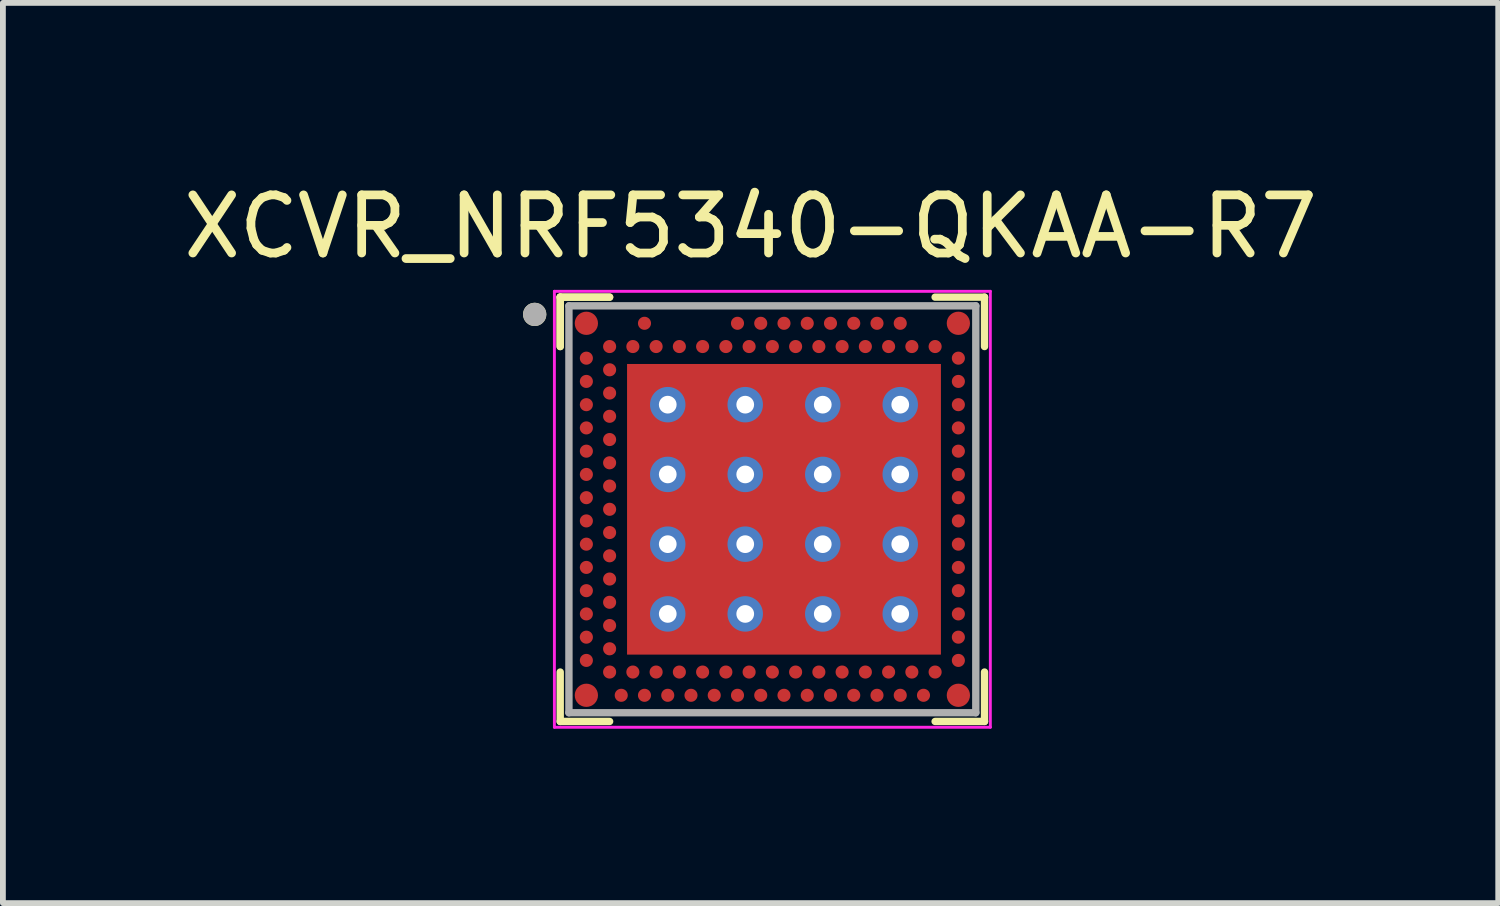
<source format=kicad_pcb>
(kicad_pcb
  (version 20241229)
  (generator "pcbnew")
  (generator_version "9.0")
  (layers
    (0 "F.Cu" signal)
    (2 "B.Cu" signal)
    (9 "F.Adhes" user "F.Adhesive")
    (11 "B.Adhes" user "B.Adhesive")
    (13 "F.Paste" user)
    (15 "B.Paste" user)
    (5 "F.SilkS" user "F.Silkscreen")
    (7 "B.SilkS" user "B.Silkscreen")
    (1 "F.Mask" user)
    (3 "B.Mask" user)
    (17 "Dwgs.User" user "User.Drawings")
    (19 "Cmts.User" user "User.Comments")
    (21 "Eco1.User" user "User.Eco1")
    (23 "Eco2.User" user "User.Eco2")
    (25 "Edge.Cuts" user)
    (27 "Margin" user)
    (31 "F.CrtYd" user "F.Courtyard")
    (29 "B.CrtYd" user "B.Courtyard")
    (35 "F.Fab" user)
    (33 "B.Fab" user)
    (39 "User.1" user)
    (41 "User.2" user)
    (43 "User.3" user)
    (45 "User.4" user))
  (footprint "XCVR_NRF5340-QKAA-R7"
    (layer "F.Cu")
    (at 10.238 5.712)
    (property "Reference" "XCVR_NRF5340-QKAA-R7" (at -0.375 -4.864 0) (layer "F.SilkS") (effects (font (size 1 1) (thickness 0.15))))
    (attr smd)
    (fp_line (start -3.65 -3.65) (end -3.65 -2.8) (stroke (width 0.127) (type solid)) (layer "F.SilkS"))
    (fp_line (start -3.65 -3.65) (end -3.65 -2.8) (stroke (width 0.127) (type solid)) (layer "F.SilkS"))
    (fp_line (start -3.65 2.8) (end -3.65 3.65) (stroke (width 0.127) (type solid)) (layer "F.SilkS"))
    (fp_line (start -3.65 3.65) (end -2.8 3.65) (stroke (width 0.127) (type solid)) (layer "F.SilkS"))
    (fp_line (start -2.8 -3.65) (end -3.65 -3.65) (stroke (width 0.127) (type solid)) (layer "F.SilkS"))
    (fp_line (start -2.8 -3.65) (end -3.65 -3.65) (stroke (width 0.127) (type solid)) (layer "F.SilkS"))
    (fp_line (start 2.8 3.65) (end 3.65 3.65) (stroke (width 0.127) (type solid)) (layer "F.SilkS"))
    (fp_line (start 3.65 -3.65) (end 2.8 -3.65) (stroke (width 0.127) (type solid)) (layer "F.SilkS"))
    (fp_line (start 3.65 -2.8) (end 3.65 -3.65) (stroke (width 0.127) (type solid)) (layer "F.SilkS"))
    (fp_line (start 3.65 3.65) (end 3.65 2.8) (stroke (width 0.127) (type solid)) (layer "F.SilkS"))
    (fp_circle (center -4.089 -3.353) (end -3.989 -3.353) (stroke (width 0.2) (type solid)) (fill no) (layer "F.SilkS"))
    (fp_circle (center -3.2 -3.2) (end -3.103 -3.2) (stroke (width 0.194) (type solid)) (fill no) (layer "F.Paste"))
    (fp_circle (center -3.2 -2.6) (end -3.147 -2.6) (stroke (width 0.106) (type solid)) (fill no) (layer "F.Paste"))
    (fp_circle (center -3.2 -2.2) (end -3.147 -2.2) (stroke (width 0.106) (type solid)) (fill no) (layer "F.Paste"))
    (fp_circle (center -3.2 -1.8) (end -3.147 -1.8) (stroke (width 0.106) (type solid)) (fill no) (layer "F.Paste"))
    (fp_circle (center -3.2 -1.4) (end -3.147 -1.4) (stroke (width 0.106) (type solid)) (fill no) (layer "F.Paste"))
    (fp_circle (center -3.2 -1) (end -3.147 -1) (stroke (width 0.106) (type solid)) (fill no) (layer "F.Paste"))
    (fp_circle (center -3.2 -0.6) (end -3.147 -0.6) (stroke (width 0.106) (type solid)) (fill no) (layer "F.Paste"))
    (fp_circle (center -3.2 -0.2) (end -3.147 -0.2) (stroke (width 0.106) (type solid)) (fill no) (layer "F.Paste"))
    (fp_circle (center -3.2 0.2) (end -3.147 0.2) (stroke (width 0.106) (type solid)) (fill no) (layer "F.Paste"))
    (fp_circle (center -3.2 0.6) (end -3.147 0.6) (stroke (width 0.106) (type solid)) (fill no) (layer "F.Paste"))
    (fp_circle (center -3.2 1) (end -3.147 1) (stroke (width 0.106) (type solid)) (fill no) (layer "F.Paste"))
    (fp_circle (center -3.2 1.4) (end -3.147 1.4) (stroke (width 0.106) (type solid)) (fill no) (layer "F.Paste"))
    (fp_circle (center -3.2 1.8) (end -3.147 1.8) (stroke (width 0.106) (type solid)) (fill no) (layer "F.Paste"))
    (fp_circle (center -3.2 2.2) (end -3.147 2.2) (stroke (width 0.106) (type solid)) (fill no) (layer "F.Paste"))
    (fp_circle (center -3.2 2.6) (end -3.147 2.6) (stroke (width 0.106) (type solid)) (fill no) (layer "F.Paste"))
    (fp_circle (center -3.2 3.2) (end -3.103 3.2) (stroke (width 0.194) (type solid)) (fill no) (layer "F.Paste"))
    (fp_circle (center -2.8 -2.8) (end -2.747 -2.8) (stroke (width 0.106) (type solid)) (fill no) (layer "F.Paste"))
    (fp_circle (center -2.8 -2.4) (end -2.747 -2.4) (stroke (width 0.106) (type solid)) (fill no) (layer "F.Paste"))
    (fp_circle (center -2.8 -2) (end -2.747 -2) (stroke (width 0.106) (type solid)) (fill no) (layer "F.Paste"))
    (fp_circle (center -2.8 -1.6) (end -2.747 -1.6) (stroke (width 0.106) (type solid)) (fill no) (layer "F.Paste"))
    (fp_circle (center -2.8 -1.2) (end -2.747 -1.2) (stroke (width 0.106) (type solid)) (fill no) (layer "F.Paste"))
    (fp_circle (center -2.8 -0.8) (end -2.747 -0.8) (stroke (width 0.106) (type solid)) (fill no) (layer "F.Paste"))
    (fp_circle (center -2.8 -0.4) (end -2.747 -0.4) (stroke (width 0.106) (type solid)) (fill no) (layer "F.Paste"))
    (fp_circle (center -2.8 0) (end -2.747 0) (stroke (width 0.106) (type solid)) (fill no) (layer "F.Paste"))
    (fp_circle (center -2.8 0.4) (end -2.747 0.4) (stroke (width 0.106) (type solid)) (fill no) (layer "F.Paste"))
    (fp_circle (center -2.8 0.8) (end -2.747 0.8) (stroke (width 0.106) (type solid)) (fill no) (layer "F.Paste"))
    (fp_circle (center -2.8 1.2) (end -2.747 1.2) (stroke (width 0.106) (type solid)) (fill no) (layer "F.Paste"))
    (fp_circle (center -2.8 1.6) (end -2.747 1.6) (stroke (width 0.106) (type solid)) (fill no) (layer "F.Paste"))
    (fp_circle (center -2.8 2) (end -2.747 2) (stroke (width 0.106) (type solid)) (fill no) (layer "F.Paste"))
    (fp_circle (center -2.8 2.4) (end -2.747 2.4) (stroke (width 0.106) (type solid)) (fill no) (layer "F.Paste"))
    (fp_circle (center -2.8 2.8) (end -2.747 2.8) (stroke (width 0.106) (type solid)) (fill no) (layer "F.Paste"))
    (fp_circle (center -2.6 3.2) (end -2.547 3.2) (stroke (width 0.106) (type solid)) (fill no) (layer "F.Paste"))
    (fp_circle (center -2.4 -2.8) (end -2.347 -2.8) (stroke (width 0.106) (type solid)) (fill no) (layer "F.Paste"))
    (fp_circle (center -2.4 2.8) (end -2.347 2.8) (stroke (width 0.106) (type solid)) (fill no) (layer "F.Paste"))
    (fp_circle (center -2.2 -3.2) (end -2.147 -3.2) (stroke (width 0.106) (type solid)) (fill no) (layer "F.Paste"))
    (fp_circle (center -2.2 3.2) (end -2.147 3.2) (stroke (width 0.106) (type solid)) (fill no) (layer "F.Paste"))
    (fp_circle (center -2 -2.8) (end -1.947 -2.8) (stroke (width 0.106) (type solid)) (fill no) (layer "F.Paste"))
    (fp_circle (center -2 2.8) (end -1.947 2.8) (stroke (width 0.106) (type solid)) (fill no) (layer "F.Paste"))
    (fp_circle (center -1.8 3.2) (end -1.747 3.2) (stroke (width 0.106) (type solid)) (fill no) (layer "F.Paste"))
    (fp_circle (center -1.6 -2.8) (end -1.547 -2.8) (stroke (width 0.106) (type solid)) (fill no) (layer "F.Paste"))
    (fp_circle (center -1.6 2.8) (end -1.547 2.8) (stroke (width 0.106) (type solid)) (fill no) (layer "F.Paste"))
    (fp_circle (center -1.4 3.2) (end -1.347 3.2) (stroke (width 0.106) (type solid)) (fill no) (layer "F.Paste"))
    (fp_circle (center -1.2 -2.8) (end -1.147 -2.8) (stroke (width 0.106) (type solid)) (fill no) (layer "F.Paste"))
    (fp_circle (center -1.2 2.8) (end -1.147 2.8) (stroke (width 0.106) (type solid)) (fill no) (layer "F.Paste"))
    (fp_circle (center -1 3.2) (end -0.947 3.2) (stroke (width 0.106) (type solid)) (fill no) (layer "F.Paste"))
    (fp_circle (center -0.8 -2.8) (end -0.747 -2.8) (stroke (width 0.106) (type solid)) (fill no) (layer "F.Paste"))
    (fp_circle (center -0.8 2.8) (end -0.747 2.8) (stroke (width 0.106) (type solid)) (fill no) (layer "F.Paste"))
    (fp_circle (center -0.6 -3.2) (end -0.547 -3.2) (stroke (width 0.106) (type solid)) (fill no) (layer "F.Paste"))
    (fp_circle (center -0.6 3.2) (end -0.547 3.2) (stroke (width 0.106) (type solid)) (fill no) (layer "F.Paste"))
    (fp_circle (center -0.4 -2.8) (end -0.347 -2.8) (stroke (width 0.106) (type solid)) (fill no) (layer "F.Paste"))
    (fp_circle (center -0.4 2.8) (end -0.347 2.8) (stroke (width 0.106) (type solid)) (fill no) (layer "F.Paste"))
    (fp_circle (center -0.2 -3.2) (end -0.147 -3.2) (stroke (width 0.106) (type solid)) (fill no) (layer "F.Paste"))
    (fp_circle (center -0.2 3.2) (end -0.147 3.2) (stroke (width 0.106) (type solid)) (fill no) (layer "F.Paste"))
    (fp_circle (center 0 -2.8) (end 0.053 -2.8) (stroke (width 0.106) (type solid)) (fill no) (layer "F.Paste"))
    (fp_circle (center 0 2.8) (end 0.053 2.8) (stroke (width 0.106) (type solid)) (fill no) (layer "F.Paste"))
    (fp_circle (center 0.2 -3.2) (end 0.253 -3.2) (stroke (width 0.106) (type solid)) (fill no) (layer "F.Paste"))
    (fp_circle (center 0.2 3.2) (end 0.253 3.2) (stroke (width 0.106) (type solid)) (fill no) (layer "F.Paste"))
    (fp_circle (center 0.4 -2.8) (end 0.453 -2.8) (stroke (width 0.106) (type solid)) (fill no) (layer "F.Paste"))
    (fp_circle (center 0.4 2.8) (end 0.453 2.8) (stroke (width 0.106) (type solid)) (fill no) (layer "F.Paste"))
    (fp_circle (center 0.6 -3.2) (end 0.653 -3.2) (stroke (width 0.106) (type solid)) (fill no) (layer "F.Paste"))
    (fp_circle (center 0.6 3.2) (end 0.653 3.2) (stroke (width 0.106) (type solid)) (fill no) (layer "F.Paste"))
    (fp_circle (center 0.8 -2.8) (end 0.853 -2.8) (stroke (width 0.106) (type solid)) (fill no) (layer "F.Paste"))
    (fp_circle (center 0.8 2.8) (end 0.853 2.8) (stroke (width 0.106) (type solid)) (fill no) (layer "F.Paste"))
    (fp_circle (center 1 -3.2) (end 1.053 -3.2) (stroke (width 0.106) (type solid)) (fill no) (layer "F.Paste"))
    (fp_circle (center 1 3.2) (end 1.053 3.2) (stroke (width 0.106) (type solid)) (fill no) (layer "F.Paste"))
    (fp_circle (center 1.2 -2.8) (end 1.253 -2.8) (stroke (width 0.106) (type solid)) (fill no) (layer "F.Paste"))
    (fp_circle (center 1.2 2.8) (end 1.253 2.8) (stroke (width 0.106) (type solid)) (fill no) (layer "F.Paste"))
    (fp_circle (center 1.4 -3.2) (end 1.453 -3.2) (stroke (width 0.106) (type solid)) (fill no) (layer "F.Paste"))
    (fp_circle (center 1.4 3.2) (end 1.453 3.2) (stroke (width 0.106) (type solid)) (fill no) (layer "F.Paste"))
    (fp_circle (center 1.6 -2.8) (end 1.653 -2.8) (stroke (width 0.106) (type solid)) (fill no) (layer "F.Paste"))
    (fp_circle (center 1.6 2.8) (end 1.653 2.8) (stroke (width 0.106) (type solid)) (fill no) (layer "F.Paste"))
    (fp_circle (center 1.8 -3.2) (end 1.853 -3.2) (stroke (width 0.106) (type solid)) (fill no) (layer "F.Paste"))
    (fp_circle (center 1.8 3.2) (end 1.853 3.2) (stroke (width 0.106) (type solid)) (fill no) (layer "F.Paste"))
    (fp_circle (center 2 -2.8) (end 2.053 -2.8) (stroke (width 0.106) (type solid)) (fill no) (layer "F.Paste"))
    (fp_circle (center 2 2.8) (end 2.053 2.8) (stroke (width 0.106) (type solid)) (fill no) (layer "F.Paste"))
    (fp_circle (center 2.2 -3.2) (end 2.253 -3.2) (stroke (width 0.106) (type solid)) (fill no) (layer "F.Paste"))
    (fp_circle (center 2.2 3.2) (end 2.253 3.2) (stroke (width 0.106) (type solid)) (fill no) (layer "F.Paste"))
    (fp_circle (center 2.4 -2.8) (end 2.453 -2.8) (stroke (width 0.106) (type solid)) (fill no) (layer "F.Paste"))
    (fp_circle (center 2.4 2.8) (end 2.453 2.8) (stroke (width 0.106) (type solid)) (fill no) (layer "F.Paste"))
    (fp_circle (center 2.6 3.2) (end 2.653 3.2) (stroke (width 0.106) (type solid)) (fill no) (layer "F.Paste"))
    (fp_circle (center 2.8 -2.8) (end 2.853 -2.8) (stroke (width 0.106) (type solid)) (fill no) (layer "F.Paste"))
    (fp_circle (center 2.8 2.8) (end 2.853 2.8) (stroke (width 0.106) (type solid)) (fill no) (layer "F.Paste"))
    (fp_circle (center 3.2 -3.2) (end 3.297 -3.2) (stroke (width 0.194) (type solid)) (fill no) (layer "F.Paste"))
    (fp_circle (center 3.2 -2.6) (end 3.253 -2.6) (stroke (width 0.106) (type solid)) (fill no) (layer "F.Paste"))
    (fp_circle (center 3.2 -2.2) (end 3.253 -2.2) (stroke (width 0.106) (type solid)) (fill no) (layer "F.Paste"))
    (fp_circle (center 3.2 -1.8) (end 3.253 -1.8) (stroke (width 0.106) (type solid)) (fill no) (layer "F.Paste"))
    (fp_circle (center 3.2 -1.4) (end 3.253 -1.4) (stroke (width 0.106) (type solid)) (fill no) (layer "F.Paste"))
    (fp_circle (center 3.2 -1) (end 3.253 -1) (stroke (width 0.106) (type solid)) (fill no) (layer "F.Paste"))
    (fp_circle (center 3.2 -0.6) (end 3.253 -0.6) (stroke (width 0.106) (type solid)) (fill no) (layer "F.Paste"))
    (fp_circle (center 3.2 -0.2) (end 3.253 -0.2) (stroke (width 0.106) (type solid)) (fill no) (layer "F.Paste"))
    (fp_circle (center 3.2 0.2) (end 3.253 0.2) (stroke (width 0.106) (type solid)) (fill no) (layer "F.Paste"))
    (fp_circle (center 3.2 0.6) (end 3.253 0.6) (stroke (width 0.106) (type solid)) (fill no) (layer "F.Paste"))
    (fp_circle (center 3.2 1) (end 3.253 1) (stroke (width 0.106) (type solid)) (fill no) (layer "F.Paste"))
    (fp_circle (center 3.2 1.4) (end 3.253 1.4) (stroke (width 0.106) (type solid)) (fill no) (layer "F.Paste"))
    (fp_circle (center 3.2 1.8) (end 3.253 1.8) (stroke (width 0.106) (type solid)) (fill no) (layer "F.Paste"))
    (fp_circle (center 3.2 2.2) (end 3.253 2.2) (stroke (width 0.106) (type solid)) (fill no) (layer "F.Paste"))
    (fp_circle (center 3.2 2.6) (end 3.253 2.6) (stroke (width 0.106) (type solid)) (fill no) (layer "F.Paste"))
    (fp_circle (center 3.2 3.2) (end 3.297 3.2) (stroke (width 0.194) (type solid)) (fill no) (layer "F.Paste"))
    (fp_poly (pts (xy -2.3 -2.06) (xy -2.299 -2.072) (xy -2.298 -2.085) (xy -2.296 -2.098) (xy -2.294 -2.11) (xy -2.291 -2.123) (xy -2.287 -2.135) (xy -2.282 -2.147) (xy -2.277 -2.159) (xy -2.271 -2.17) (xy -2.265 -2.181) (xy -2.258 -2.192) (xy -2.251 -2.202) (xy -2.243 -2.213) (xy -2.234 -2.222) (xy -2.225 -2.231) (xy -2.216 -2.24) (xy -2.206 -2.248) (xy -2.196 -2.256) (xy -2.185 -2.263) (xy -2.174 -2.269) (xy -2.162 -2.275) (xy -2.151 -2.281) (xy -2.139 -2.285) (xy -2.127 -2.289) (xy -2.114 -2.293) (xy -2.102 -2.296) (xy -2.089 -2.298) (xy -2.076 -2.299) (xy -2.064 -2.3) (xy -2.05 -2.3) (xy -1.45 -2.3) (xy -1.436 -2.3) (xy -1.424 -2.299) (xy -1.411 -2.298) (xy -1.398 -2.296) (xy -1.386 -2.293) (xy -1.373 -2.289) (xy -1.361 -2.285) (xy -1.349 -2.281) (xy -1.338 -2.275) (xy -1.326 -2.269) (xy -1.315 -2.263) (xy -1.304 -2.256) (xy -1.294 -2.248) (xy -1.284 -2.24) (xy -1.275 -2.231) (xy -1.266 -2.222) (xy -1.257 -2.213) (xy -1.249 -2.202) (xy -1.242 -2.192) (xy -1.235 -2.181) (xy -1.229 -2.17) (xy -1.223 -2.159) (xy -1.218 -2.147) (xy -1.213 -2.135) (xy -1.209 -2.123) (xy -1.206 -2.11) (xy -1.204 -2.098) (xy -1.202 -2.085) (xy -1.201 -2.072) (xy -1.2 -2.06) (xy -1.2 -1.54) (xy -1.201 -1.528) (xy -1.202 -1.515) (xy -1.204 -1.502) (xy -1.206 -1.49) (xy -1.209 -1.477) (xy -1.213 -1.465) (xy -1.218 -1.453) (xy -1.223 -1.441) (xy -1.229 -1.43) (xy -1.235 -1.419) (xy -1.242 -1.408) (xy -1.249 -1.398) (xy -1.257 -1.387) (xy -1.266 -1.378) (xy -1.275 -1.369) (xy -1.284 -1.36) (xy -1.294 -1.352) (xy -1.304 -1.344) (xy -1.315 -1.337) (xy -1.326 -1.331) (xy -1.338 -1.325) (xy -1.349 -1.319) (xy -1.361 -1.315) (xy -1.373 -1.311) (xy -1.386 -1.307) (xy -1.398 -1.304) (xy -1.411 -1.302) (xy -1.424 -1.301) (xy -1.436 -1.3) (xy -1.45 -1.3) (xy -2.05 -1.3) (xy -2.064 -1.3) (xy -2.076 -1.301) (xy -2.089 -1.302) (xy -2.102 -1.304) (xy -2.114 -1.307) (xy -2.127 -1.311) (xy -2.139 -1.315) (xy -2.151 -1.319) (xy -2.162 -1.325) (xy -2.174 -1.331) (xy -2.185 -1.337) (xy -2.196 -1.344) (xy -2.206 -1.352) (xy -2.216 -1.36) (xy -2.225 -1.369) (xy -2.234 -1.378) (xy -2.243 -1.387) (xy -2.251 -1.398) (xy -2.258 -1.408) (xy -2.265 -1.419) (xy -2.271 -1.43) (xy -2.277 -1.441) (xy -2.282 -1.453) (xy -2.287 -1.465) (xy -2.291 -1.477) (xy -2.294 -1.49) (xy -2.296 -1.502) (xy -2.298 -1.515) (xy -2.299 -1.528) (xy -2.3 -1.54) (xy -2.3 -2.06)) (stroke (width 0.01) (type solid)) (fill yes) (layer "F.Paste"))
    (fp_poly (pts (xy -2.3 -0.86) (xy -2.299 -0.872) (xy -2.298 -0.885) (xy -2.296 -0.898) (xy -2.294 -0.91) (xy -2.291 -0.923) (xy -2.287 -0.935) (xy -2.282 -0.947) (xy -2.277 -0.959) (xy -2.271 -0.97) (xy -2.265 -0.981) (xy -2.258 -0.992) (xy -2.251 -1.002) (xy -2.243 -1.013) (xy -2.234 -1.022) (xy -2.225 -1.031) (xy -2.216 -1.04) (xy -2.206 -1.048) (xy -2.196 -1.056) (xy -2.185 -1.063) (xy -2.174 -1.069) (xy -2.162 -1.075) (xy -2.151 -1.081) (xy -2.139 -1.085) (xy -2.127 -1.089) (xy -2.114 -1.093) (xy -2.102 -1.096) (xy -2.089 -1.098) (xy -2.076 -1.099) (xy -2.064 -1.1) (xy -2.05 -1.1) (xy -1.45 -1.1) (xy -1.436 -1.1) (xy -1.424 -1.099) (xy -1.411 -1.098) (xy -1.398 -1.096) (xy -1.386 -1.093) (xy -1.373 -1.089) (xy -1.361 -1.085) (xy -1.349 -1.081) (xy -1.338 -1.075) (xy -1.326 -1.069) (xy -1.315 -1.063) (xy -1.304 -1.056) (xy -1.294 -1.048) (xy -1.284 -1.04) (xy -1.275 -1.031) (xy -1.266 -1.022) (xy -1.257 -1.013) (xy -1.249 -1.002) (xy -1.242 -0.992) (xy -1.235 -0.981) (xy -1.229 -0.97) (xy -1.223 -0.959) (xy -1.218 -0.947) (xy -1.213 -0.935) (xy -1.209 -0.923) (xy -1.206 -0.91) (xy -1.204 -0.898) (xy -1.202 -0.885) (xy -1.201 -0.872) (xy -1.2 -0.86) (xy -1.2 -0.34) (xy -1.201 -0.328) (xy -1.202 -0.315) (xy -1.204 -0.302) (xy -1.206 -0.29) (xy -1.209 -0.277) (xy -1.213 -0.265) (xy -1.218 -0.253) (xy -1.223 -0.241) (xy -1.229 -0.23) (xy -1.235 -0.219) (xy -1.242 -0.208) (xy -1.249 -0.198) (xy -1.257 -0.187) (xy -1.266 -0.178) (xy -1.275 -0.169) (xy -1.284 -0.16) (xy -1.294 -0.152) (xy -1.304 -0.144) (xy -1.315 -0.137) (xy -1.326 -0.131) (xy -1.338 -0.125) (xy -1.349 -0.119) (xy -1.361 -0.115) (xy -1.373 -0.111) (xy -1.386 -0.107) (xy -1.398 -0.104) (xy -1.411 -0.102) (xy -1.424 -0.101) (xy -1.436 -0.1) (xy -1.45 -0.1) (xy -2.05 -0.1) (xy -2.064 -0.1) (xy -2.076 -0.101) (xy -2.089 -0.102) (xy -2.102 -0.104) (xy -2.114 -0.107) (xy -2.127 -0.111) (xy -2.139 -0.115) (xy -2.151 -0.119) (xy -2.162 -0.125) (xy -2.174 -0.131) (xy -2.185 -0.137) (xy -2.196 -0.144) (xy -2.206 -0.152) (xy -2.216 -0.16) (xy -2.225 -0.169) (xy -2.234 -0.178) (xy -2.243 -0.187) (xy -2.251 -0.198) (xy -2.258 -0.208) (xy -2.265 -0.219) (xy -2.271 -0.23) (xy -2.277 -0.241) (xy -2.282 -0.253) (xy -2.287 -0.265) (xy -2.291 -0.277) (xy -2.294 -0.29) (xy -2.296 -0.302) (xy -2.298 -0.315) (xy -2.299 -0.328) (xy -2.3 -0.34) (xy -2.3 -0.86)) (stroke (width 0.01) (type solid)) (fill yes) (layer "F.Paste"))
    (fp_poly (pts (xy -2.3 0.34) (xy -2.299 0.328) (xy -2.298 0.315) (xy -2.296 0.302) (xy -2.294 0.29) (xy -2.291 0.277) (xy -2.287 0.265) (xy -2.282 0.253) (xy -2.277 0.241) (xy -2.271 0.23) (xy -2.265 0.219) (xy -2.258 0.208) (xy -2.251 0.198) (xy -2.243 0.187) (xy -2.234 0.178) (xy -2.225 0.169) (xy -2.216 0.16) (xy -2.206 0.152) (xy -2.196 0.144) (xy -2.185 0.137) (xy -2.174 0.131) (xy -2.162 0.125) (xy -2.151 0.119) (xy -2.139 0.115) (xy -2.127 0.111) (xy -2.114 0.107) (xy -2.102 0.104) (xy -2.089 0.102) (xy -2.076 0.101) (xy -2.064 0.1) (xy -2.05 0.1) (xy -1.45 0.1) (xy -1.436 0.1) (xy -1.424 0.101) (xy -1.411 0.102) (xy -1.398 0.104) (xy -1.386 0.107) (xy -1.373 0.111) (xy -1.361 0.115) (xy -1.349 0.119) (xy -1.338 0.125) (xy -1.326 0.131) (xy -1.315 0.137) (xy -1.304 0.144) (xy -1.294 0.152) (xy -1.284 0.16) (xy -1.275 0.169) (xy -1.266 0.178) (xy -1.257 0.187) (xy -1.249 0.198) (xy -1.242 0.208) (xy -1.235 0.219) (xy -1.229 0.23) (xy -1.223 0.241) (xy -1.218 0.253) (xy -1.213 0.265) (xy -1.209 0.277) (xy -1.206 0.29) (xy -1.204 0.302) (xy -1.202 0.315) (xy -1.201 0.328) (xy -1.2 0.34) (xy -1.2 0.86) (xy -1.201 0.872) (xy -1.202 0.885) (xy -1.204 0.898) (xy -1.206 0.91) (xy -1.209 0.923) (xy -1.213 0.935) (xy -1.218 0.947) (xy -1.223 0.959) (xy -1.229 0.97) (xy -1.235 0.981) (xy -1.242 0.992) (xy -1.249 1.002) (xy -1.257 1.013) (xy -1.266 1.022) (xy -1.275 1.031) (xy -1.284 1.04) (xy -1.294 1.048) (xy -1.304 1.056) (xy -1.315 1.063) (xy -1.326 1.069) (xy -1.338 1.075) (xy -1.349 1.081) (xy -1.361 1.085) (xy -1.373 1.089) (xy -1.386 1.093) (xy -1.398 1.096) (xy -1.411 1.098) (xy -1.424 1.099) (xy -1.436 1.1) (xy -1.45 1.1) (xy -2.05 1.1) (xy -2.064 1.1) (xy -2.076 1.099) (xy -2.089 1.098) (xy -2.102 1.096) (xy -2.114 1.093) (xy -2.127 1.089) (xy -2.139 1.085) (xy -2.151 1.081) (xy -2.162 1.075) (xy -2.174 1.069) (xy -2.185 1.063) (xy -2.196 1.056) (xy -2.206 1.048) (xy -2.216 1.04) (xy -2.225 1.031) (xy -2.234 1.022) (xy -2.243 1.013) (xy -2.251 1.002) (xy -2.258 0.992) (xy -2.265 0.981) (xy -2.271 0.97) (xy -2.277 0.959) (xy -2.282 0.947) (xy -2.287 0.935) (xy -2.291 0.923) (xy -2.294 0.91) (xy -2.296 0.898) (xy -2.298 0.885) (xy -2.299 0.872) (xy -2.3 0.86) (xy -2.3 0.34)) (stroke (width 0.01) (type solid)) (fill yes) (layer "F.Paste"))
    (fp_poly (pts (xy -2.3 1.54) (xy -2.299 1.528) (xy -2.298 1.515) (xy -2.296 1.502) (xy -2.294 1.49) (xy -2.291 1.477) (xy -2.287 1.465) (xy -2.282 1.453) (xy -2.277 1.441) (xy -2.271 1.43) (xy -2.265 1.419) (xy -2.258 1.408) (xy -2.251 1.398) (xy -2.243 1.387) (xy -2.234 1.378) (xy -2.225 1.369) (xy -2.216 1.36) (xy -2.206 1.352) (xy -2.196 1.344) (xy -2.185 1.337) (xy -2.174 1.331) (xy -2.162 1.325) (xy -2.151 1.319) (xy -2.139 1.315) (xy -2.127 1.311) (xy -2.114 1.307) (xy -2.102 1.304) (xy -2.089 1.302) (xy -2.076 1.301) (xy -2.064 1.3) (xy -2.05 1.3) (xy -1.45 1.3) (xy -1.436 1.3) (xy -1.424 1.301) (xy -1.411 1.302) (xy -1.398 1.304) (xy -1.386 1.307) (xy -1.373 1.311) (xy -1.361 1.315) (xy -1.349 1.319) (xy -1.338 1.325) (xy -1.326 1.331) (xy -1.315 1.337) (xy -1.304 1.344) (xy -1.294 1.352) (xy -1.284 1.36) (xy -1.275 1.369) (xy -1.266 1.378) (xy -1.257 1.387) (xy -1.249 1.398) (xy -1.242 1.408) (xy -1.235 1.419) (xy -1.229 1.43) (xy -1.223 1.441) (xy -1.218 1.453) (xy -1.213 1.465) (xy -1.209 1.477) (xy -1.206 1.49) (xy -1.204 1.502) (xy -1.202 1.515) (xy -1.201 1.528) (xy -1.2 1.54) (xy -1.2 2.06) (xy -1.201 2.072) (xy -1.202 2.085) (xy -1.204 2.098) (xy -1.206 2.11) (xy -1.209 2.123) (xy -1.213 2.135) (xy -1.218 2.147) (xy -1.223 2.159) (xy -1.229 2.17) (xy -1.235 2.181) (xy -1.242 2.192) (xy -1.249 2.202) (xy -1.257 2.213) (xy -1.266 2.222) (xy -1.275 2.231) (xy -1.284 2.24) (xy -1.294 2.248) (xy -1.304 2.256) (xy -1.315 2.263) (xy -1.326 2.269) (xy -1.338 2.275) (xy -1.349 2.281) (xy -1.361 2.285) (xy -1.373 2.289) (xy -1.386 2.293) (xy -1.398 2.296) (xy -1.411 2.298) (xy -1.424 2.299) (xy -1.436 2.3) (xy -1.45 2.3) (xy -2.05 2.3) (xy -2.064 2.3) (xy -2.076 2.299) (xy -2.089 2.298) (xy -2.102 2.296) (xy -2.114 2.293) (xy -2.127 2.289) (xy -2.139 2.285) (xy -2.151 2.281) (xy -2.162 2.275) (xy -2.174 2.269) (xy -2.185 2.263) (xy -2.196 2.256) (xy -2.206 2.248) (xy -2.216 2.24) (xy -2.225 2.231) (xy -2.234 2.222) (xy -2.243 2.213) (xy -2.251 2.202) (xy -2.258 2.192) (xy -2.265 2.181) (xy -2.271 2.17) (xy -2.277 2.159) (xy -2.282 2.147) (xy -2.287 2.135) (xy -2.291 2.123) (xy -2.294 2.11) (xy -2.296 2.098) (xy -2.298 2.085) (xy -2.299 2.072) (xy -2.3 2.06) (xy -2.3 1.54)) (stroke (width 0.01) (type solid)) (fill yes) (layer "F.Paste"))
    (fp_poly (pts (xy -1 -2.06) (xy -0.999 -2.072) (xy -0.998 -2.085) (xy -0.996 -2.098) (xy -0.994 -2.11) (xy -0.991 -2.123) (xy -0.987 -2.135) (xy -0.982 -2.147) (xy -0.977 -2.159) (xy -0.971 -2.17) (xy -0.965 -2.181) (xy -0.958 -2.192) (xy -0.951 -2.202) (xy -0.943 -2.213) (xy -0.934 -2.222) (xy -0.925 -2.231) (xy -0.916 -2.24) (xy -0.906 -2.248) (xy -0.896 -2.256) (xy -0.885 -2.263) (xy -0.874 -2.269) (xy -0.862 -2.275) (xy -0.851 -2.281) (xy -0.839 -2.285) (xy -0.827 -2.289) (xy -0.814 -2.293) (xy -0.802 -2.296) (xy -0.789 -2.298) (xy -0.776 -2.299) (xy -0.764 -2.3) (xy -0.75 -2.3) (xy -0.15 -2.3) (xy -0.136 -2.3) (xy -0.124 -2.299) (xy -0.111 -2.298) (xy -0.098 -2.296) (xy -0.086 -2.293) (xy -0.073 -2.289) (xy -0.061 -2.285) (xy -0.049 -2.281) (xy -0.038 -2.275) (xy -0.026 -2.269) (xy -0.015 -2.263) (xy -0.004 -2.256) (xy 0.006 -2.248) (xy 0.016 -2.24) (xy 0.025 -2.231) (xy 0.034 -2.222) (xy 0.043 -2.213) (xy 0.051 -2.202) (xy 0.058 -2.192) (xy 0.065 -2.181) (xy 0.071 -2.17) (xy 0.077 -2.159) (xy 0.082 -2.147) (xy 0.087 -2.135) (xy 0.091 -2.123) (xy 0.094 -2.11) (xy 0.096 -2.098) (xy 0.098 -2.085) (xy 0.099 -2.072) (xy 0.1 -2.06) (xy 0.1 -1.54) (xy 0.099 -1.528) (xy 0.098 -1.515) (xy 0.096 -1.502) (xy 0.094 -1.49) (xy 0.091 -1.477) (xy 0.087 -1.465) (xy 0.082 -1.453) (xy 0.077 -1.441) (xy 0.071 -1.43) (xy 0.065 -1.419) (xy 0.058 -1.408) (xy 0.051 -1.398) (xy 0.043 -1.387) (xy 0.034 -1.378) (xy 0.025 -1.369) (xy 0.016 -1.36) (xy 0.006 -1.352) (xy -0.004 -1.344) (xy -0.015 -1.337) (xy -0.026 -1.331) (xy -0.038 -1.325) (xy -0.049 -1.319) (xy -0.061 -1.315) (xy -0.073 -1.311) (xy -0.086 -1.307) (xy -0.098 -1.304) (xy -0.111 -1.302) (xy -0.124 -1.301) (xy -0.136 -1.3) (xy -0.15 -1.3) (xy -0.75 -1.3) (xy -0.764 -1.3) (xy -0.776 -1.301) (xy -0.789 -1.302) (xy -0.802 -1.304) (xy -0.814 -1.307) (xy -0.827 -1.311) (xy -0.839 -1.315) (xy -0.851 -1.319) (xy -0.862 -1.325) (xy -0.874 -1.331) (xy -0.885 -1.337) (xy -0.896 -1.344) (xy -0.906 -1.352) (xy -0.916 -1.36) (xy -0.925 -1.369) (xy -0.934 -1.378) (xy -0.943 -1.387) (xy -0.951 -1.398) (xy -0.958 -1.408) (xy -0.965 -1.419) (xy -0.971 -1.43) (xy -0.977 -1.441) (xy -0.982 -1.453) (xy -0.987 -1.465) (xy -0.991 -1.477) (xy -0.994 -1.49) (xy -0.996 -1.502) (xy -0.998 -1.515) (xy -0.999 -1.528) (xy -1 -1.54) (xy -1 -2.06)) (stroke (width 0.01) (type solid)) (fill yes) (layer "F.Paste"))
    (fp_poly (pts (xy -1 -0.86) (xy -0.999 -0.872) (xy -0.998 -0.885) (xy -0.996 -0.898) (xy -0.994 -0.91) (xy -0.991 -0.923) (xy -0.987 -0.935) (xy -0.982 -0.947) (xy -0.977 -0.959) (xy -0.971 -0.97) (xy -0.965 -0.981) (xy -0.958 -0.992) (xy -0.951 -1.002) (xy -0.943 -1.013) (xy -0.934 -1.022) (xy -0.925 -1.031) (xy -0.916 -1.04) (xy -0.906 -1.048) (xy -0.896 -1.056) (xy -0.885 -1.063) (xy -0.874 -1.069) (xy -0.862 -1.075) (xy -0.851 -1.081) (xy -0.839 -1.085) (xy -0.827 -1.089) (xy -0.814 -1.093) (xy -0.802 -1.096) (xy -0.789 -1.098) (xy -0.776 -1.099) (xy -0.764 -1.1) (xy -0.75 -1.1) (xy -0.15 -1.1) (xy -0.136 -1.1) (xy -0.124 -1.099) (xy -0.111 -1.098) (xy -0.098 -1.096) (xy -0.086 -1.093) (xy -0.073 -1.089) (xy -0.061 -1.085) (xy -0.049 -1.081) (xy -0.038 -1.075) (xy -0.026 -1.069) (xy -0.015 -1.063) (xy -0.004 -1.056) (xy 0.006 -1.048) (xy 0.016 -1.04) (xy 0.025 -1.031) (xy 0.034 -1.022) (xy 0.043 -1.013) (xy 0.051 -1.002) (xy 0.058 -0.992) (xy 0.065 -0.981) (xy 0.071 -0.97) (xy 0.077 -0.959) (xy 0.082 -0.947) (xy 0.087 -0.935) (xy 0.091 -0.923) (xy 0.094 -0.91) (xy 0.096 -0.898) (xy 0.098 -0.885) (xy 0.099 -0.872) (xy 0.1 -0.86) (xy 0.1 -0.34) (xy 0.099 -0.328) (xy 0.098 -0.315) (xy 0.096 -0.302) (xy 0.094 -0.29) (xy 0.091 -0.277) (xy 0.087 -0.265) (xy 0.082 -0.253) (xy 0.077 -0.241) (xy 0.071 -0.23) (xy 0.065 -0.219) (xy 0.058 -0.208) (xy 0.051 -0.198) (xy 0.043 -0.187) (xy 0.034 -0.178) (xy 0.025 -0.169) (xy 0.016 -0.16) (xy 0.006 -0.152) (xy -0.004 -0.144) (xy -0.015 -0.137) (xy -0.026 -0.131) (xy -0.038 -0.125) (xy -0.049 -0.119) (xy -0.061 -0.115) (xy -0.073 -0.111) (xy -0.086 -0.107) (xy -0.098 -0.104) (xy -0.111 -0.102) (xy -0.124 -0.101) (xy -0.136 -0.1) (xy -0.15 -0.1) (xy -0.75 -0.1) (xy -0.764 -0.1) (xy -0.776 -0.101) (xy -0.789 -0.102) (xy -0.802 -0.104) (xy -0.814 -0.107) (xy -0.827 -0.111) (xy -0.839 -0.115) (xy -0.851 -0.119) (xy -0.862 -0.125) (xy -0.874 -0.131) (xy -0.885 -0.137) (xy -0.896 -0.144) (xy -0.906 -0.152) (xy -0.916 -0.16) (xy -0.925 -0.169) (xy -0.934 -0.178) (xy -0.943 -0.187) (xy -0.951 -0.198) (xy -0.958 -0.208) (xy -0.965 -0.219) (xy -0.971 -0.23) (xy -0.977 -0.241) (xy -0.982 -0.253) (xy -0.987 -0.265) (xy -0.991 -0.277) (xy -0.994 -0.29) (xy -0.996 -0.302) (xy -0.998 -0.315) (xy -0.999 -0.328) (xy -1 -0.34) (xy -1 -0.86)) (stroke (width 0.01) (type solid)) (fill yes) (layer "F.Paste"))
    (fp_poly (pts (xy -1 0.34) (xy -0.999 0.328) (xy -0.998 0.315) (xy -0.996 0.302) (xy -0.994 0.29) (xy -0.991 0.277) (xy -0.987 0.265) (xy -0.982 0.253) (xy -0.977 0.241) (xy -0.971 0.23) (xy -0.965 0.219) (xy -0.958 0.208) (xy -0.951 0.198) (xy -0.943 0.187) (xy -0.934 0.178) (xy -0.925 0.169) (xy -0.916 0.16) (xy -0.906 0.152) (xy -0.896 0.144) (xy -0.885 0.137) (xy -0.874 0.131) (xy -0.862 0.125) (xy -0.851 0.119) (xy -0.839 0.115) (xy -0.827 0.111) (xy -0.814 0.107) (xy -0.802 0.104) (xy -0.789 0.102) (xy -0.776 0.101) (xy -0.764 0.1) (xy -0.75 0.1) (xy -0.15 0.1) (xy -0.136 0.1) (xy -0.124 0.101) (xy -0.111 0.102) (xy -0.098 0.104) (xy -0.086 0.107) (xy -0.073 0.111) (xy -0.061 0.115) (xy -0.049 0.119) (xy -0.038 0.125) (xy -0.026 0.131) (xy -0.015 0.137) (xy -0.004 0.144) (xy 0.006 0.152) (xy 0.016 0.16) (xy 0.025 0.169) (xy 0.034 0.178) (xy 0.043 0.187) (xy 0.051 0.198) (xy 0.058 0.208) (xy 0.065 0.219) (xy 0.071 0.23) (xy 0.077 0.241) (xy 0.082 0.253) (xy 0.087 0.265) (xy 0.091 0.277) (xy 0.094 0.29) (xy 0.096 0.302) (xy 0.098 0.315) (xy 0.099 0.328) (xy 0.1 0.34) (xy 0.1 0.86) (xy 0.099 0.872) (xy 0.098 0.885) (xy 0.096 0.898) (xy 0.094 0.91) (xy 0.091 0.923) (xy 0.087 0.935) (xy 0.082 0.947) (xy 0.077 0.959) (xy 0.071 0.97) (xy 0.065 0.981) (xy 0.058 0.992) (xy 0.051 1.002) (xy 0.043 1.013) (xy 0.034 1.022) (xy 0.025 1.031) (xy 0.016 1.04) (xy 0.006 1.048) (xy -0.004 1.056) (xy -0.015 1.063) (xy -0.026 1.069) (xy -0.038 1.075) (xy -0.049 1.081) (xy -0.061 1.085) (xy -0.073 1.089) (xy -0.086 1.093) (xy -0.098 1.096) (xy -0.111 1.098) (xy -0.124 1.099) (xy -0.136 1.1) (xy -0.15 1.1) (xy -0.75 1.1) (xy -0.764 1.1) (xy -0.776 1.099) (xy -0.789 1.098) (xy -0.802 1.096) (xy -0.814 1.093) (xy -0.827 1.089) (xy -0.839 1.085) (xy -0.851 1.081) (xy -0.862 1.075) (xy -0.874 1.069) (xy -0.885 1.063) (xy -0.896 1.056) (xy -0.906 1.048) (xy -0.916 1.04) (xy -0.925 1.031) (xy -0.934 1.022) (xy -0.943 1.013) (xy -0.951 1.002) (xy -0.958 0.992) (xy -0.965 0.981) (xy -0.971 0.97) (xy -0.977 0.959) (xy -0.982 0.947) (xy -0.987 0.935) (xy -0.991 0.923) (xy -0.994 0.91) (xy -0.996 0.898) (xy -0.998 0.885) (xy -0.999 0.872) (xy -1 0.86) (xy -1 0.34)) (stroke (width 0.01) (type solid)) (fill yes) (layer "F.Paste"))
    (fp_poly (pts (xy -1 1.54) (xy -0.999 1.528) (xy -0.998 1.515) (xy -0.996 1.502) (xy -0.994 1.49) (xy -0.991 1.477) (xy -0.987 1.465) (xy -0.982 1.453) (xy -0.977 1.441) (xy -0.971 1.43) (xy -0.965 1.419) (xy -0.958 1.408) (xy -0.951 1.398) (xy -0.943 1.387) (xy -0.934 1.378) (xy -0.925 1.369) (xy -0.916 1.36) (xy -0.906 1.352) (xy -0.896 1.344) (xy -0.885 1.337) (xy -0.874 1.331) (xy -0.862 1.325) (xy -0.851 1.319) (xy -0.839 1.315) (xy -0.827 1.311) (xy -0.814 1.307) (xy -0.802 1.304) (xy -0.789 1.302) (xy -0.776 1.301) (xy -0.764 1.3) (xy -0.75 1.3) (xy -0.15 1.3) (xy -0.136 1.3) (xy -0.124 1.301) (xy -0.111 1.302) (xy -0.098 1.304) (xy -0.086 1.307) (xy -0.073 1.311) (xy -0.061 1.315) (xy -0.049 1.319) (xy -0.038 1.325) (xy -0.026 1.331) (xy -0.015 1.337) (xy -0.004 1.344) (xy 0.006 1.352) (xy 0.016 1.36) (xy 0.025 1.369) (xy 0.034 1.378) (xy 0.043 1.387) (xy 0.051 1.398) (xy 0.058 1.408) (xy 0.065 1.419) (xy 0.071 1.43) (xy 0.077 1.441) (xy 0.082 1.453) (xy 0.087 1.465) (xy 0.091 1.477) (xy 0.094 1.49) (xy 0.096 1.502) (xy 0.098 1.515) (xy 0.099 1.528) (xy 0.1 1.54) (xy 0.1 2.06) (xy 0.099 2.072) (xy 0.098 2.085) (xy 0.096 2.098) (xy 0.094 2.11) (xy 0.091 2.123) (xy 0.087 2.135) (xy 0.082 2.147) (xy 0.077 2.159) (xy 0.071 2.17) (xy 0.065 2.181) (xy 0.058 2.192) (xy 0.051 2.202) (xy 0.043 2.213) (xy 0.034 2.222) (xy 0.025 2.231) (xy 0.016 2.24) (xy 0.006 2.248) (xy -0.004 2.256) (xy -0.015 2.263) (xy -0.026 2.269) (xy -0.038 2.275) (xy -0.049 2.281) (xy -0.061 2.285) (xy -0.073 2.289) (xy -0.086 2.293) (xy -0.098 2.296) (xy -0.111 2.298) (xy -0.124 2.299) (xy -0.136 2.3) (xy -0.15 2.3) (xy -0.75 2.3) (xy -0.764 2.3) (xy -0.776 2.299) (xy -0.789 2.298) (xy -0.802 2.296) (xy -0.814 2.293) (xy -0.827 2.289) (xy -0.839 2.285) (xy -0.851 2.281) (xy -0.862 2.275) (xy -0.874 2.269) (xy -0.885 2.263) (xy -0.896 2.256) (xy -0.906 2.248) (xy -0.916 2.24) (xy -0.925 2.231) (xy -0.934 2.222) (xy -0.943 2.213) (xy -0.951 2.202) (xy -0.958 2.192) (xy -0.965 2.181) (xy -0.971 2.17) (xy -0.977 2.159) (xy -0.982 2.147) (xy -0.987 2.135) (xy -0.991 2.123) (xy -0.994 2.11) (xy -0.996 2.098) (xy -0.998 2.085) (xy -0.999 2.072) (xy -1 2.06) (xy -1 1.54)) (stroke (width 0.01) (type solid)) (fill yes) (layer "F.Paste"))
    (fp_poly (pts (xy 0.3 -2.06) (xy 0.301 -2.072) (xy 0.302 -2.085) (xy 0.304 -2.098) (xy 0.306 -2.11) (xy 0.309 -2.123) (xy 0.313 -2.135) (xy 0.318 -2.147) (xy 0.323 -2.159) (xy 0.329 -2.17) (xy 0.335 -2.181) (xy 0.342 -2.192) (xy 0.349 -2.202) (xy 0.357 -2.213) (xy 0.366 -2.222) (xy 0.375 -2.231) (xy 0.384 -2.24) (xy 0.394 -2.248) (xy 0.404 -2.256) (xy 0.415 -2.263) (xy 0.426 -2.269) (xy 0.438 -2.275) (xy 0.449 -2.281) (xy 0.461 -2.285) (xy 0.473 -2.289) (xy 0.486 -2.293) (xy 0.498 -2.296) (xy 0.511 -2.298) (xy 0.524 -2.299) (xy 0.536 -2.3) (xy 0.55 -2.3) (xy 1.15 -2.3) (xy 1.164 -2.3) (xy 1.176 -2.299) (xy 1.189 -2.298) (xy 1.202 -2.296) (xy 1.214 -2.293) (xy 1.227 -2.289) (xy 1.239 -2.285) (xy 1.251 -2.281) (xy 1.262 -2.275) (xy 1.274 -2.269) (xy 1.285 -2.263) (xy 1.296 -2.256) (xy 1.306 -2.248) (xy 1.316 -2.24) (xy 1.325 -2.231) (xy 1.334 -2.222) (xy 1.343 -2.213) (xy 1.351 -2.202) (xy 1.358 -2.192) (xy 1.365 -2.181) (xy 1.371 -2.17) (xy 1.377 -2.159) (xy 1.382 -2.147) (xy 1.387 -2.135) (xy 1.391 -2.123) (xy 1.394 -2.11) (xy 1.396 -2.098) (xy 1.398 -2.085) (xy 1.399 -2.072) (xy 1.4 -2.06) (xy 1.4 -1.54) (xy 1.399 -1.528) (xy 1.398 -1.515) (xy 1.396 -1.502) (xy 1.394 -1.49) (xy 1.391 -1.477) (xy 1.387 -1.465) (xy 1.382 -1.453) (xy 1.377 -1.441) (xy 1.371 -1.43) (xy 1.365 -1.419) (xy 1.358 -1.408) (xy 1.351 -1.398) (xy 1.343 -1.387) (xy 1.334 -1.378) (xy 1.325 -1.369) (xy 1.316 -1.36) (xy 1.306 -1.352) (xy 1.296 -1.344) (xy 1.285 -1.337) (xy 1.274 -1.331) (xy 1.262 -1.325) (xy 1.251 -1.319) (xy 1.239 -1.315) (xy 1.227 -1.311) (xy 1.214 -1.307) (xy 1.202 -1.304) (xy 1.189 -1.302) (xy 1.176 -1.301) (xy 1.164 -1.3) (xy 1.15 -1.3) (xy 0.55 -1.3) (xy 0.536 -1.3) (xy 0.524 -1.301) (xy 0.511 -1.302) (xy 0.498 -1.304) (xy 0.486 -1.307) (xy 0.473 -1.311) (xy 0.461 -1.315) (xy 0.449 -1.319) (xy 0.438 -1.325) (xy 0.426 -1.331) (xy 0.415 -1.337) (xy 0.404 -1.344) (xy 0.394 -1.352) (xy 0.384 -1.36) (xy 0.375 -1.369) (xy 0.366 -1.378) (xy 0.357 -1.387) (xy 0.349 -1.398) (xy 0.342 -1.408) (xy 0.335 -1.419) (xy 0.329 -1.43) (xy 0.323 -1.441) (xy 0.318 -1.453) (xy 0.313 -1.465) (xy 0.309 -1.477) (xy 0.306 -1.49) (xy 0.304 -1.502) (xy 0.302 -1.515) (xy 0.301 -1.528) (xy 0.3 -1.54) (xy 0.3 -2.06)) (stroke (width 0.01) (type solid)) (fill yes) (layer "F.Paste"))
    (fp_poly (pts (xy 0.3 -0.86) (xy 0.301 -0.872) (xy 0.302 -0.885) (xy 0.304 -0.898) (xy 0.306 -0.91) (xy 0.309 -0.923) (xy 0.313 -0.935) (xy 0.318 -0.947) (xy 0.323 -0.959) (xy 0.329 -0.97) (xy 0.335 -0.981) (xy 0.342 -0.992) (xy 0.349 -1.002) (xy 0.357 -1.013) (xy 0.366 -1.022) (xy 0.375 -1.031) (xy 0.384 -1.04) (xy 0.394 -1.048) (xy 0.404 -1.056) (xy 0.415 -1.063) (xy 0.426 -1.069) (xy 0.438 -1.075) (xy 0.449 -1.081) (xy 0.461 -1.085) (xy 0.473 -1.089) (xy 0.486 -1.093) (xy 0.498 -1.096) (xy 0.511 -1.098) (xy 0.524 -1.099) (xy 0.536 -1.1) (xy 0.55 -1.1) (xy 1.15 -1.1) (xy 1.164 -1.1) (xy 1.176 -1.099) (xy 1.189 -1.098) (xy 1.202 -1.096) (xy 1.214 -1.093) (xy 1.227 -1.089) (xy 1.239 -1.085) (xy 1.251 -1.081) (xy 1.262 -1.075) (xy 1.274 -1.069) (xy 1.285 -1.063) (xy 1.296 -1.056) (xy 1.306 -1.048) (xy 1.316 -1.04) (xy 1.325 -1.031) (xy 1.334 -1.022) (xy 1.343 -1.013) (xy 1.351 -1.002) (xy 1.358 -0.992) (xy 1.365 -0.981) (xy 1.371 -0.97) (xy 1.377 -0.959) (xy 1.382 -0.947) (xy 1.387 -0.935) (xy 1.391 -0.923) (xy 1.394 -0.91) (xy 1.396 -0.898) (xy 1.398 -0.885) (xy 1.399 -0.872) (xy 1.4 -0.86) (xy 1.4 -0.34) (xy 1.399 -0.328) (xy 1.398 -0.315) (xy 1.396 -0.302) (xy 1.394 -0.29) (xy 1.391 -0.277) (xy 1.387 -0.265) (xy 1.382 -0.253) (xy 1.377 -0.241) (xy 1.371 -0.23) (xy 1.365 -0.219) (xy 1.358 -0.208) (xy 1.351 -0.198) (xy 1.343 -0.187) (xy 1.334 -0.178) (xy 1.325 -0.169) (xy 1.316 -0.16) (xy 1.306 -0.152) (xy 1.296 -0.144) (xy 1.285 -0.137) (xy 1.274 -0.131) (xy 1.262 -0.125) (xy 1.251 -0.119) (xy 1.239 -0.115) (xy 1.227 -0.111) (xy 1.214 -0.107) (xy 1.202 -0.104) (xy 1.189 -0.102) (xy 1.176 -0.101) (xy 1.164 -0.1) (xy 1.15 -0.1) (xy 0.55 -0.1) (xy 0.536 -0.1) (xy 0.524 -0.101) (xy 0.511 -0.102) (xy 0.498 -0.104) (xy 0.486 -0.107) (xy 0.473 -0.111) (xy 0.461 -0.115) (xy 0.449 -0.119) (xy 0.438 -0.125) (xy 0.426 -0.131) (xy 0.415 -0.137) (xy 0.404 -0.144) (xy 0.394 -0.152) (xy 0.384 -0.16) (xy 0.375 -0.169) (xy 0.366 -0.178) (xy 0.357 -0.187) (xy 0.349 -0.198) (xy 0.342 -0.208) (xy 0.335 -0.219) (xy 0.329 -0.23) (xy 0.323 -0.241) (xy 0.318 -0.253) (xy 0.313 -0.265) (xy 0.309 -0.277) (xy 0.306 -0.29) (xy 0.304 -0.302) (xy 0.302 -0.315) (xy 0.301 -0.328) (xy 0.3 -0.34) (xy 0.3 -0.86)) (stroke (width 0.01) (type solid)) (fill yes) (layer "F.Paste"))
    (fp_poly (pts (xy 0.3 0.34) (xy 0.301 0.328) (xy 0.302 0.315) (xy 0.304 0.302) (xy 0.306 0.29) (xy 0.309 0.277) (xy 0.313 0.265) (xy 0.318 0.253) (xy 0.323 0.241) (xy 0.329 0.23) (xy 0.335 0.219) (xy 0.342 0.208) (xy 0.349 0.198) (xy 0.357 0.187) (xy 0.366 0.178) (xy 0.375 0.169) (xy 0.384 0.16) (xy 0.394 0.152) (xy 0.404 0.144) (xy 0.415 0.137) (xy 0.426 0.131) (xy 0.438 0.125) (xy 0.449 0.119) (xy 0.461 0.115) (xy 0.473 0.111) (xy 0.486 0.107) (xy 0.498 0.104) (xy 0.511 0.102) (xy 0.524 0.101) (xy 0.536 0.1) (xy 0.55 0.1) (xy 1.15 0.1) (xy 1.164 0.1) (xy 1.176 0.101) (xy 1.189 0.102) (xy 1.202 0.104) (xy 1.214 0.107) (xy 1.227 0.111) (xy 1.239 0.115) (xy 1.251 0.119) (xy 1.262 0.125) (xy 1.274 0.131) (xy 1.285 0.137) (xy 1.296 0.144) (xy 1.306 0.152) (xy 1.316 0.16) (xy 1.325 0.169) (xy 1.334 0.178) (xy 1.343 0.187) (xy 1.351 0.198) (xy 1.358 0.208) (xy 1.365 0.219) (xy 1.371 0.23) (xy 1.377 0.241) (xy 1.382 0.253) (xy 1.387 0.265) (xy 1.391 0.277) (xy 1.394 0.29) (xy 1.396 0.302) (xy 1.398 0.315) (xy 1.399 0.328) (xy 1.4 0.34) (xy 1.4 0.86) (xy 1.399 0.872) (xy 1.398 0.885) (xy 1.396 0.898) (xy 1.394 0.91) (xy 1.391 0.923) (xy 1.387 0.935) (xy 1.382 0.947) (xy 1.377 0.959) (xy 1.371 0.97) (xy 1.365 0.981) (xy 1.358 0.992) (xy 1.351 1.002) (xy 1.343 1.013) (xy 1.334 1.022) (xy 1.325 1.031) (xy 1.316 1.04) (xy 1.306 1.048) (xy 1.296 1.056) (xy 1.285 1.063) (xy 1.274 1.069) (xy 1.262 1.075) (xy 1.251 1.081) (xy 1.239 1.085) (xy 1.227 1.089) (xy 1.214 1.093) (xy 1.202 1.096) (xy 1.189 1.098) (xy 1.176 1.099) (xy 1.164 1.1) (xy 1.15 1.1) (xy 0.55 1.1) (xy 0.536 1.1) (xy 0.524 1.099) (xy 0.511 1.098) (xy 0.498 1.096) (xy 0.486 1.093) (xy 0.473 1.089) (xy 0.461 1.085) (xy 0.449 1.081) (xy 0.438 1.075) (xy 0.426 1.069) (xy 0.415 1.063) (xy 0.404 1.056) (xy 0.394 1.048) (xy 0.384 1.04) (xy 0.375 1.031) (xy 0.366 1.022) (xy 0.357 1.013) (xy 0.349 1.002) (xy 0.342 0.992) (xy 0.335 0.981) (xy 0.329 0.97) (xy 0.323 0.959) (xy 0.318 0.947) (xy 0.313 0.935) (xy 0.309 0.923) (xy 0.306 0.91) (xy 0.304 0.898) (xy 0.302 0.885) (xy 0.301 0.872) (xy 0.3 0.86) (xy 0.3 0.34)) (stroke (width 0.01) (type solid)) (fill yes) (layer "F.Paste"))
    (fp_poly (pts (xy 0.3 1.54) (xy 0.301 1.528) (xy 0.302 1.515) (xy 0.304 1.502) (xy 0.306 1.49) (xy 0.309 1.477) (xy 0.313 1.465) (xy 0.318 1.453) (xy 0.323 1.441) (xy 0.329 1.43) (xy 0.335 1.419) (xy 0.342 1.408) (xy 0.349 1.398) (xy 0.357 1.387) (xy 0.366 1.378) (xy 0.375 1.369) (xy 0.384 1.36) (xy 0.394 1.352) (xy 0.404 1.344) (xy 0.415 1.337) (xy 0.426 1.331) (xy 0.438 1.325) (xy 0.449 1.319) (xy 0.461 1.315) (xy 0.473 1.311) (xy 0.486 1.307) (xy 0.498 1.304) (xy 0.511 1.302) (xy 0.524 1.301) (xy 0.536 1.3) (xy 0.55 1.3) (xy 1.15 1.3) (xy 1.164 1.3) (xy 1.176 1.301) (xy 1.189 1.302) (xy 1.202 1.304) (xy 1.214 1.307) (xy 1.227 1.311) (xy 1.239 1.315) (xy 1.251 1.319) (xy 1.262 1.325) (xy 1.274 1.331) (xy 1.285 1.337) (xy 1.296 1.344) (xy 1.306 1.352) (xy 1.316 1.36) (xy 1.325 1.369) (xy 1.334 1.378) (xy 1.343 1.387) (xy 1.351 1.398) (xy 1.358 1.408) (xy 1.365 1.419) (xy 1.371 1.43) (xy 1.377 1.441) (xy 1.382 1.453) (xy 1.387 1.465) (xy 1.391 1.477) (xy 1.394 1.49) (xy 1.396 1.502) (xy 1.398 1.515) (xy 1.399 1.528) (xy 1.4 1.54) (xy 1.4 2.06) (xy 1.399 2.072) (xy 1.398 2.085) (xy 1.396 2.098) (xy 1.394 2.11) (xy 1.391 2.123) (xy 1.387 2.135) (xy 1.382 2.147) (xy 1.377 2.159) (xy 1.371 2.17) (xy 1.365 2.181) (xy 1.358 2.192) (xy 1.351 2.202) (xy 1.343 2.213) (xy 1.334 2.222) (xy 1.325 2.231) (xy 1.316 2.24) (xy 1.306 2.248) (xy 1.296 2.256) (xy 1.285 2.263) (xy 1.274 2.269) (xy 1.262 2.275) (xy 1.251 2.281) (xy 1.239 2.285) (xy 1.227 2.289) (xy 1.214 2.293) (xy 1.202 2.296) (xy 1.189 2.298) (xy 1.176 2.299) (xy 1.164 2.3) (xy 1.15 2.3) (xy 0.55 2.3) (xy 0.536 2.3) (xy 0.524 2.299) (xy 0.511 2.298) (xy 0.498 2.296) (xy 0.486 2.293) (xy 0.473 2.289) (xy 0.461 2.285) (xy 0.449 2.281) (xy 0.438 2.275) (xy 0.426 2.269) (xy 0.415 2.263) (xy 0.404 2.256) (xy 0.394 2.248) (xy 0.384 2.24) (xy 0.375 2.231) (xy 0.366 2.222) (xy 0.357 2.213) (xy 0.349 2.202) (xy 0.342 2.192) (xy 0.335 2.181) (xy 0.329 2.17) (xy 0.323 2.159) (xy 0.318 2.147) (xy 0.313 2.135) (xy 0.309 2.123) (xy 0.306 2.11) (xy 0.304 2.098) (xy 0.302 2.085) (xy 0.301 2.072) (xy 0.3 2.06) (xy 0.3 1.54)) (stroke (width 0.01) (type solid)) (fill yes) (layer "F.Paste"))
    (fp_poly (pts (xy 1.6 -2.06) (xy 1.601 -2.072) (xy 1.602 -2.085) (xy 1.604 -2.098) (xy 1.606 -2.11) (xy 1.609 -2.123) (xy 1.613 -2.135) (xy 1.618 -2.147) (xy 1.623 -2.159) (xy 1.629 -2.17) (xy 1.635 -2.181) (xy 1.642 -2.192) (xy 1.649 -2.202) (xy 1.657 -2.213) (xy 1.666 -2.222) (xy 1.675 -2.231) (xy 1.684 -2.24) (xy 1.694 -2.248) (xy 1.704 -2.256) (xy 1.715 -2.263) (xy 1.726 -2.269) (xy 1.738 -2.275) (xy 1.749 -2.281) (xy 1.761 -2.285) (xy 1.773 -2.289) (xy 1.786 -2.293) (xy 1.798 -2.296) (xy 1.811 -2.298) (xy 1.824 -2.299) (xy 1.836 -2.3) (xy 1.85 -2.3) (xy 2.45 -2.3) (xy 2.464 -2.3) (xy 2.476 -2.299) (xy 2.489 -2.298) (xy 2.502 -2.296) (xy 2.514 -2.293) (xy 2.527 -2.289) (xy 2.539 -2.285) (xy 2.551 -2.281) (xy 2.562 -2.275) (xy 2.574 -2.269) (xy 2.585 -2.263) (xy 2.596 -2.256) (xy 2.606 -2.248) (xy 2.616 -2.24) (xy 2.625 -2.231) (xy 2.634 -2.222) (xy 2.643 -2.213) (xy 2.651 -2.202) (xy 2.658 -2.192) (xy 2.665 -2.181) (xy 2.671 -2.17) (xy 2.677 -2.159) (xy 2.682 -2.147) (xy 2.687 -2.135) (xy 2.691 -2.123) (xy 2.694 -2.11) (xy 2.696 -2.098) (xy 2.698 -2.085) (xy 2.699 -2.072) (xy 2.7 -2.06) (xy 2.7 -1.54) (xy 2.699 -1.528) (xy 2.698 -1.515) (xy 2.696 -1.502) (xy 2.694 -1.49) (xy 2.691 -1.477) (xy 2.687 -1.465) (xy 2.682 -1.453) (xy 2.677 -1.441) (xy 2.671 -1.43) (xy 2.665 -1.419) (xy 2.658 -1.408) (xy 2.651 -1.398) (xy 2.643 -1.387) (xy 2.634 -1.378) (xy 2.625 -1.369) (xy 2.616 -1.36) (xy 2.606 -1.352) (xy 2.596 -1.344) (xy 2.585 -1.337) (xy 2.574 -1.331) (xy 2.562 -1.325) (xy 2.551 -1.319) (xy 2.539 -1.315) (xy 2.527 -1.311) (xy 2.514 -1.307) (xy 2.502 -1.304) (xy 2.489 -1.302) (xy 2.476 -1.301) (xy 2.464 -1.3) (xy 2.45 -1.3) (xy 1.85 -1.3) (xy 1.836 -1.3) (xy 1.824 -1.301) (xy 1.811 -1.302) (xy 1.798 -1.304) (xy 1.786 -1.307) (xy 1.773 -1.311) (xy 1.761 -1.315) (xy 1.749 -1.319) (xy 1.738 -1.325) (xy 1.726 -1.331) (xy 1.715 -1.337) (xy 1.704 -1.344) (xy 1.694 -1.352) (xy 1.684 -1.36) (xy 1.675 -1.369) (xy 1.666 -1.378) (xy 1.657 -1.387) (xy 1.649 -1.398) (xy 1.642 -1.408) (xy 1.635 -1.419) (xy 1.629 -1.43) (xy 1.623 -1.441) (xy 1.618 -1.453) (xy 1.613 -1.465) (xy 1.609 -1.477) (xy 1.606 -1.49) (xy 1.604 -1.502) (xy 1.602 -1.515) (xy 1.601 -1.528) (xy 1.6 -1.54) (xy 1.6 -2.06)) (stroke (width 0.01) (type solid)) (fill yes) (layer "F.Paste"))
    (fp_poly (pts (xy 1.6 -0.86) (xy 1.601 -0.872) (xy 1.602 -0.885) (xy 1.604 -0.898) (xy 1.606 -0.91) (xy 1.609 -0.923) (xy 1.613 -0.935) (xy 1.618 -0.947) (xy 1.623 -0.959) (xy 1.629 -0.97) (xy 1.635 -0.981) (xy 1.642 -0.992) (xy 1.649 -1.002) (xy 1.657 -1.013) (xy 1.666 -1.022) (xy 1.675 -1.031) (xy 1.684 -1.04) (xy 1.694 -1.048) (xy 1.704 -1.056) (xy 1.715 -1.063) (xy 1.726 -1.069) (xy 1.738 -1.075) (xy 1.749 -1.081) (xy 1.761 -1.085) (xy 1.773 -1.089) (xy 1.786 -1.093) (xy 1.798 -1.096) (xy 1.811 -1.098) (xy 1.824 -1.099) (xy 1.836 -1.1) (xy 1.85 -1.1) (xy 2.45 -1.1) (xy 2.464 -1.1) (xy 2.476 -1.099) (xy 2.489 -1.098) (xy 2.502 -1.096) (xy 2.514 -1.093) (xy 2.527 -1.089) (xy 2.539 -1.085) (xy 2.551 -1.081) (xy 2.562 -1.075) (xy 2.574 -1.069) (xy 2.585 -1.063) (xy 2.596 -1.056) (xy 2.606 -1.048) (xy 2.616 -1.04) (xy 2.625 -1.031) (xy 2.634 -1.022) (xy 2.643 -1.013) (xy 2.651 -1.002) (xy 2.658 -0.992) (xy 2.665 -0.981) (xy 2.671 -0.97) (xy 2.677 -0.959) (xy 2.682 -0.947) (xy 2.687 -0.935) (xy 2.691 -0.923) (xy 2.694 -0.91) (xy 2.696 -0.898) (xy 2.698 -0.885) (xy 2.699 -0.872) (xy 2.7 -0.86) (xy 2.7 -0.34) (xy 2.699 -0.328) (xy 2.698 -0.315) (xy 2.696 -0.302) (xy 2.694 -0.29) (xy 2.691 -0.277) (xy 2.687 -0.265) (xy 2.682 -0.253) (xy 2.677 -0.241) (xy 2.671 -0.23) (xy 2.665 -0.219) (xy 2.658 -0.208) (xy 2.651 -0.198) (xy 2.643 -0.187) (xy 2.634 -0.178) (xy 2.625 -0.169) (xy 2.616 -0.16) (xy 2.606 -0.152) (xy 2.596 -0.144) (xy 2.585 -0.137) (xy 2.574 -0.131) (xy 2.562 -0.125) (xy 2.551 -0.119) (xy 2.539 -0.115) (xy 2.527 -0.111) (xy 2.514 -0.107) (xy 2.502 -0.104) (xy 2.489 -0.102) (xy 2.476 -0.101) (xy 2.464 -0.1) (xy 2.45 -0.1) (xy 1.85 -0.1) (xy 1.836 -0.1) (xy 1.824 -0.101) (xy 1.811 -0.102) (xy 1.798 -0.104) (xy 1.786 -0.107) (xy 1.773 -0.111) (xy 1.761 -0.115) (xy 1.749 -0.119) (xy 1.738 -0.125) (xy 1.726 -0.131) (xy 1.715 -0.137) (xy 1.704 -0.144) (xy 1.694 -0.152) (xy 1.684 -0.16) (xy 1.675 -0.169) (xy 1.666 -0.178) (xy 1.657 -0.187) (xy 1.649 -0.198) (xy 1.642 -0.208) (xy 1.635 -0.219) (xy 1.629 -0.23) (xy 1.623 -0.241) (xy 1.618 -0.253) (xy 1.613 -0.265) (xy 1.609 -0.277) (xy 1.606 -0.29) (xy 1.604 -0.302) (xy 1.602 -0.315) (xy 1.601 -0.328) (xy 1.6 -0.34) (xy 1.6 -0.86)) (stroke (width 0.01) (type solid)) (fill yes) (layer "F.Paste"))
    (fp_poly (pts (xy 1.6 0.34) (xy 1.601 0.328) (xy 1.602 0.315) (xy 1.604 0.302) (xy 1.606 0.29) (xy 1.609 0.277) (xy 1.613 0.265) (xy 1.618 0.253) (xy 1.623 0.241) (xy 1.629 0.23) (xy 1.635 0.219) (xy 1.642 0.208) (xy 1.649 0.198) (xy 1.657 0.187) (xy 1.666 0.178) (xy 1.675 0.169) (xy 1.684 0.16) (xy 1.694 0.152) (xy 1.704 0.144) (xy 1.715 0.137) (xy 1.726 0.131) (xy 1.738 0.125) (xy 1.749 0.119) (xy 1.761 0.115) (xy 1.773 0.111) (xy 1.786 0.107) (xy 1.798 0.104) (xy 1.811 0.102) (xy 1.824 0.101) (xy 1.836 0.1) (xy 1.85 0.1) (xy 2.45 0.1) (xy 2.464 0.1) (xy 2.476 0.101) (xy 2.489 0.102) (xy 2.502 0.104) (xy 2.514 0.107) (xy 2.527 0.111) (xy 2.539 0.115) (xy 2.551 0.119) (xy 2.562 0.125) (xy 2.574 0.131) (xy 2.585 0.137) (xy 2.596 0.144) (xy 2.606 0.152) (xy 2.616 0.16) (xy 2.625 0.169) (xy 2.634 0.178) (xy 2.643 0.187) (xy 2.651 0.198) (xy 2.658 0.208) (xy 2.665 0.219) (xy 2.671 0.23) (xy 2.677 0.241) (xy 2.682 0.253) (xy 2.687 0.265) (xy 2.691 0.277) (xy 2.694 0.29) (xy 2.696 0.302) (xy 2.698 0.315) (xy 2.699 0.328) (xy 2.7 0.34) (xy 2.7 0.86) (xy 2.699 0.872) (xy 2.698 0.885) (xy 2.696 0.898) (xy 2.694 0.91) (xy 2.691 0.923) (xy 2.687 0.935) (xy 2.682 0.947) (xy 2.677 0.959) (xy 2.671 0.97) (xy 2.665 0.981) (xy 2.658 0.992) (xy 2.651 1.002) (xy 2.643 1.013) (xy 2.634 1.022) (xy 2.625 1.031) (xy 2.616 1.04) (xy 2.606 1.048) (xy 2.596 1.056) (xy 2.585 1.063) (xy 2.574 1.069) (xy 2.562 1.075) (xy 2.551 1.081) (xy 2.539 1.085) (xy 2.527 1.089) (xy 2.514 1.093) (xy 2.502 1.096) (xy 2.489 1.098) (xy 2.476 1.099) (xy 2.464 1.1) (xy 2.45 1.1) (xy 1.85 1.1) (xy 1.836 1.1) (xy 1.824 1.099) (xy 1.811 1.098) (xy 1.798 1.096) (xy 1.786 1.093) (xy 1.773 1.089) (xy 1.761 1.085) (xy 1.749 1.081) (xy 1.738 1.075) (xy 1.726 1.069) (xy 1.715 1.063) (xy 1.704 1.056) (xy 1.694 1.048) (xy 1.684 1.04) (xy 1.675 1.031) (xy 1.666 1.022) (xy 1.657 1.013) (xy 1.649 1.002) (xy 1.642 0.992) (xy 1.635 0.981) (xy 1.629 0.97) (xy 1.623 0.959) (xy 1.618 0.947) (xy 1.613 0.935) (xy 1.609 0.923) (xy 1.606 0.91) (xy 1.604 0.898) (xy 1.602 0.885) (xy 1.601 0.872) (xy 1.6 0.86) (xy 1.6 0.34)) (stroke (width 0.01) (type solid)) (fill yes) (layer "F.Paste"))
    (fp_poly (pts (xy 1.6 1.54) (xy 1.601 1.528) (xy 1.602 1.515) (xy 1.604 1.502) (xy 1.606 1.49) (xy 1.609 1.477) (xy 1.613 1.465) (xy 1.618 1.453) (xy 1.623 1.441) (xy 1.629 1.43) (xy 1.635 1.419) (xy 1.642 1.408) (xy 1.649 1.398) (xy 1.657 1.387) (xy 1.666 1.378) (xy 1.675 1.369) (xy 1.684 1.36) (xy 1.694 1.352) (xy 1.704 1.344) (xy 1.715 1.337) (xy 1.726 1.331) (xy 1.738 1.325) (xy 1.749 1.319) (xy 1.761 1.315) (xy 1.773 1.311) (xy 1.786 1.307) (xy 1.798 1.304) (xy 1.811 1.302) (xy 1.824 1.301) (xy 1.836 1.3) (xy 1.85 1.3) (xy 2.45 1.3) (xy 2.464 1.3) (xy 2.476 1.301) (xy 2.489 1.302) (xy 2.502 1.304) (xy 2.514 1.307) (xy 2.527 1.311) (xy 2.539 1.315) (xy 2.551 1.319) (xy 2.562 1.325) (xy 2.574 1.331) (xy 2.585 1.337) (xy 2.596 1.344) (xy 2.606 1.352) (xy 2.616 1.36) (xy 2.625 1.369) (xy 2.634 1.378) (xy 2.643 1.387) (xy 2.651 1.398) (xy 2.658 1.408) (xy 2.665 1.419) (xy 2.671 1.43) (xy 2.677 1.441) (xy 2.682 1.453) (xy 2.687 1.465) (xy 2.691 1.477) (xy 2.694 1.49) (xy 2.696 1.502) (xy 2.698 1.515) (xy 2.699 1.528) (xy 2.7 1.54) (xy 2.7 2.06) (xy 2.699 2.072) (xy 2.698 2.085) (xy 2.696 2.098) (xy 2.694 2.11) (xy 2.691 2.123) (xy 2.687 2.135) (xy 2.682 2.147) (xy 2.677 2.159) (xy 2.671 2.17) (xy 2.665 2.181) (xy 2.658 2.192) (xy 2.651 2.202) (xy 2.643 2.213) (xy 2.634 2.222) (xy 2.625 2.231) (xy 2.616 2.24) (xy 2.606 2.248) (xy 2.596 2.256) (xy 2.585 2.263) (xy 2.574 2.269) (xy 2.562 2.275) (xy 2.551 2.281) (xy 2.539 2.285) (xy 2.527 2.289) (xy 2.514 2.293) (xy 2.502 2.296) (xy 2.489 2.298) (xy 2.476 2.299) (xy 2.464 2.3) (xy 2.45 2.3) (xy 1.85 2.3) (xy 1.836 2.3) (xy 1.824 2.299) (xy 1.811 2.298) (xy 1.798 2.296) (xy 1.786 2.293) (xy 1.773 2.289) (xy 1.761 2.285) (xy 1.749 2.281) (xy 1.738 2.275) (xy 1.726 2.269) (xy 1.715 2.263) (xy 1.704 2.256) (xy 1.694 2.248) (xy 1.684 2.24) (xy 1.675 2.231) (xy 1.666 2.222) (xy 1.657 2.213) (xy 1.649 2.202) (xy 1.642 2.192) (xy 1.635 2.181) (xy 1.629 2.17) (xy 1.623 2.159) (xy 1.618 2.147) (xy 1.613 2.135) (xy 1.609 2.123) (xy 1.606 2.11) (xy 1.604 2.098) (xy 1.602 2.085) (xy 1.601 2.072) (xy 1.6 2.06) (xy 1.6 1.54)) (stroke (width 0.01) (type solid)) (fill yes) (layer "F.Paste"))
    (fp_line (start -3.75 -3.75) (end 3.75 -3.75) (stroke (width 0.05) (type solid)) (layer "F.CrtYd"))
    (fp_line (start -3.75 3.75) (end -3.75 -3.75) (stroke (width 0.05) (type solid)) (layer "F.CrtYd"))
    (fp_line (start -3.75 3.75) (end 3.75 3.75) (stroke (width 0.05) (type solid)) (layer "F.CrtYd"))
    (fp_line (start 3.75 3.75) (end 3.75 -3.75) (stroke (width 0.05) (type solid)) (layer "F.CrtYd"))
    (fp_line (start -3.5 -3.5) (end 3.5 -3.5) (stroke (width 0.127) (type solid)) (layer "F.Fab"))
    (fp_line (start -3.5 3.5) (end -3.5 -3.5) (stroke (width 0.127) (type solid)) (layer "F.Fab"))
    (fp_line (start -3.5 3.5) (end 3.5 3.5) (stroke (width 0.127) (type solid)) (layer "F.Fab"))
    (fp_line (start 3.5 3.5) (end 3.5 -3.5) (stroke (width 0.127) (type solid)) (layer "F.Fab"))
    (fp_circle (center -4.089 -3.353) (end -3.989 -3.353) (stroke (width 0.2) (type solid)) (fill no) (layer "F.Fab"))
    (pad "35" thru_hole circle (at -1.8 1.8) (size 0.61 0.61) (drill 0.305) (layers "*.Cu" "*.Mask"))
    (pad "36" thru_hole circle (at -0.467 1.8) (size 0.61 0.61) (drill 0.305) (layers "*.Cu" "*.Mask"))
    (pad "37" thru_hole circle (at 0.867 1.8) (size 0.61 0.61) (drill 0.305) (layers "*.Cu" "*.Mask"))
    (pad "38" thru_hole circle (at 2.2 1.8) (size 0.61 0.61) (drill 0.305) (layers "*.Cu" "*.Mask"))
    (pad "39" thru_hole circle (at -1.8 0.6) (size 0.61 0.61) (drill 0.305) (layers "*.Cu" "*.Mask"))
    (pad "40" thru_hole circle (at -0.467 0.6) (size 0.61 0.61) (drill 0.305) (layers "*.Cu" "*.Mask"))
    (pad "41" thru_hole circle (at 0.867 0.6) (size 0.61 0.61) (drill 0.305) (layers "*.Cu" "*.Mask"))
    (pad "43" thru_hole circle (at 2.2 0.6) (size 0.61 0.61) (drill 0.305) (layers "*.Cu" "*.Mask"))
    (pad "44" thru_hole circle (at -1.8 -0.6) (size 0.61 0.61) (drill 0.305) (layers "*.Cu" "*.Mask"))
    (pad "45" thru_hole circle (at -0.467 -0.6) (size 0.61 0.61) (drill 0.305) (layers "*.Cu" "*.Mask"))
    (pad "46" thru_hole circle (at 0.867 -0.6) (size 0.61 0.61) (drill 0.305) (layers "*.Cu" "*.Mask"))
    (pad "47" thru_hole circle (at 2.2 -0.6) (size 0.61 0.61) (drill 0.305) (layers "*.Cu" "*.Mask"))
    (pad "48" thru_hole circle (at -1.8 -1.8) (size 0.61 0.61) (drill 0.305) (layers "*.Cu" "*.Mask"))
    (pad "49" thru_hole circle (at -0.467 -1.8) (size 0.61 0.61) (drill 0.305) (layers "*.Cu" "*.Mask"))
    (pad "50" thru_hole circle (at 0.867 -1.8) (size 0.61 0.61) (drill 0.305) (layers "*.Cu" "*.Mask"))
    (pad "51" thru_hole circle (at 2.2 -1.8) (size 0.61 0.61) (drill 0.305) (layers "*.Cu" "*.Mask"))
    (pad "104" smd rect (at 0.2 0) (size 5.4 5) (layers "F.Cu" "F.Mask"))
    (pad "A1" smd circle (at -3.2 -3.2) (size 0.4 0.4) (layers "F.Cu" "F.Mask"))
    (pad "A5" smd circle (at -2.2 -3.2) (size 0.225 0.225) (layers "F.Cu" "F.Mask"))
    (pad "A13" smd circle (at -0.6 -3.2) (size 0.225 0.225) (layers "F.Cu" "F.Mask"))
    (pad "A15" smd circle (at -0.2 -3.2) (size 0.225 0.225) (layers "F.Cu" "F.Mask"))
    (pad "A17" smd circle (at 0.2 -3.2) (size 0.225 0.225) (layers "F.Cu" "F.Mask"))
    (pad "A19" smd circle (at 0.6 -3.2) (size 0.225 0.225) (layers "F.Cu" "F.Mask"))
    (pad "A21" smd circle (at 1 -3.2) (size 0.225 0.225) (layers "F.Cu" "F.Mask"))
    (pad "A23" smd circle (at 1.4 -3.2) (size 0.225 0.225) (layers "F.Cu" "F.Mask"))
    (pad "A25" smd circle (at 1.8 -3.2) (size 0.225 0.225) (layers "F.Cu" "F.Mask"))
    (pad "A27" smd circle (at 2.2 -3.2) (size 0.225 0.225) (layers "F.Cu" "F.Mask"))
    (pad "A31" smd circle (at 3.2 -3.2) (size 0.4 0.4) (layers "F.Cu" "F.Mask"))
    (pad "AA1" smd circle (at -3.2 1) (size 0.225 0.225) (layers "F.Cu" "F.Mask"))
    (pad "AA31" smd circle (at 3.2 1) (size 0.225 0.225) (layers "F.Cu" "F.Mask"))
    (pad "AB2" smd circle (at -2.8 1.2) (size 0.225 0.225) (layers "F.Cu" "F.Mask"))
    (pad "AC1" smd circle (at -3.2 1.4) (size 0.225 0.225) (layers "F.Cu" "F.Mask"))
    (pad "AC31" smd circle (at 3.2 1.4) (size 0.225 0.225) (layers "F.Cu" "F.Mask"))
    (pad "AD2" smd circle (at -2.8 1.6) (size 0.225 0.225) (layers "F.Cu" "F.Mask"))
    (pad "AE1" smd circle (at -3.2 1.8) (size 0.225 0.225) (layers "F.Cu" "F.Mask"))
    (pad "AE31" smd circle (at 3.2 1.8) (size 0.225 0.225) (layers "F.Cu" "F.Mask"))
    (pad "AF2" smd circle (at -2.8 2) (size 0.225 0.225) (layers "F.Cu" "F.Mask"))
    (pad "AG1" smd circle (at -3.2 2.2) (size 0.225 0.225) (layers "F.Cu" "F.Mask"))
    (pad "AG31" smd circle (at 3.2 2.2) (size 0.225 0.225) (layers "F.Cu" "F.Mask"))
    (pad "AH2" smd circle (at -2.8 2.4) (size 0.225 0.225) (layers "F.Cu" "F.Mask"))
    (pad "AJ1" smd circle (at -3.2 2.6) (size 0.225 0.225) (layers "F.Cu" "F.Mask"))
    (pad "AJ31" smd circle (at 3.2 2.6) (size 0.225 0.225) (layers "F.Cu" "F.Mask"))
    (pad "AK2" smd circle (at -2.8 2.8) (size 0.225 0.225) (layers "F.Cu" "F.Mask"))
    (pad "AK4" smd circle (at -2.4 2.8) (size 0.225 0.225) (layers "F.Cu" "F.Mask"))
    (pad "AK6" smd circle (at -2 2.8) (size 0.225 0.225) (layers "F.Cu" "F.Mask"))
    (pad "AK8" smd circle (at -1.6 2.8) (size 0.225 0.225) (layers "F.Cu" "F.Mask"))
    (pad "AK10" smd circle (at -1.2 2.8) (size 0.225 0.225) (layers "F.Cu" "F.Mask"))
    (pad "AK12" smd circle (at -0.8 2.8) (size 0.225 0.225) (layers "F.Cu" "F.Mask"))
    (pad "AK14" smd circle (at -0.4 2.8) (size 0.225 0.225) (layers "F.Cu" "F.Mask"))
    (pad "AK16" smd circle (at 0 2.8) (size 0.225 0.225) (layers "F.Cu" "F.Mask"))
    (pad "AK18" smd circle (at 0.4 2.8) (size 0.225 0.225) (layers "F.Cu" "F.Mask"))
    (pad "AK20" smd circle (at 0.8 2.8) (size 0.225 0.225) (layers "F.Cu" "F.Mask"))
    (pad "AK22" smd circle (at 1.2 2.8) (size 0.225 0.225) (layers "F.Cu" "F.Mask"))
    (pad "AK24" smd circle (at 1.6 2.8) (size 0.225 0.225) (layers "F.Cu" "F.Mask"))
    (pad "AK26" smd circle (at 2 2.8) (size 0.225 0.225) (layers "F.Cu" "F.Mask"))
    (pad "AK28" smd circle (at 2.4 2.8) (size 0.225 0.225) (layers "F.Cu" "F.Mask"))
    (pad "AK30" smd circle (at 2.8 2.8) (size 0.225 0.225) (layers "F.Cu" "F.Mask"))
    (pad "AL1" smd circle (at -3.2 3.2) (size 0.4 0.4) (layers "F.Cu" "F.Mask"))
    (pad "AL3" smd circle (at -2.6 3.2) (size 0.225 0.225) (layers "F.Cu" "F.Mask"))
    (pad "AL5" smd circle (at -2.2 3.2) (size 0.225 0.225) (layers "F.Cu" "F.Mask"))
    (pad "AL7" smd circle (at -1.8 3.2) (size 0.225 0.225) (layers "F.Cu" "F.Mask"))
    (pad "AL9" smd circle (at -1.4 3.2) (size 0.225 0.225) (layers "F.Cu" "F.Mask"))
    (pad "AL11" smd circle (at -1 3.2) (size 0.225 0.225) (layers "F.Cu" "F.Mask"))
    (pad "AL13" smd circle (at -0.6 3.2) (size 0.225 0.225) (layers "F.Cu" "F.Mask"))
    (pad "AL15" smd circle (at -0.2 3.2) (size 0.225 0.225) (layers "F.Cu" "F.Mask"))
    (pad "AL17" smd circle (at 0.2 3.2) (size 0.225 0.225) (layers "F.Cu" "F.Mask"))
    (pad "AL19" smd circle (at 0.6 3.2) (size 0.225 0.225) (layers "F.Cu" "F.Mask"))
    (pad "AL21" smd circle (at 1 3.2) (size 0.225 0.225) (layers "F.Cu" "F.Mask"))
    (pad "AL23" smd circle (at 1.4 3.2) (size 0.225 0.225) (layers "F.Cu" "F.Mask"))
    (pad "AL25" smd circle (at 1.8 3.2) (size 0.225 0.225) (layers "F.Cu" "F.Mask"))
    (pad "AL27" smd circle (at 2.2 3.2) (size 0.225 0.225) (layers "F.Cu" "F.Mask"))
    (pad "AL29" smd circle (at 2.6 3.2) (size 0.225 0.225) (layers "F.Cu" "F.Mask"))
    (pad "AL31" smd circle (at 3.2 3.2) (size 0.4 0.4) (layers "F.Cu" "F.Mask"))
    (pad "B2" smd circle (at -2.8 -2.8) (size 0.225 0.225) (layers "F.Cu" "F.Mask"))
    (pad "B4" smd circle (at -2.4 -2.8) (size 0.225 0.225) (layers "F.Cu" "F.Mask"))
    (pad "B6" smd circle (at -2 -2.8) (size 0.225 0.225) (layers "F.Cu" "F.Mask"))
    (pad "B8" smd circle (at -1.6 -2.8) (size 0.225 0.225) (layers "F.Cu" "F.Mask"))
    (pad "B10" smd circle (at -1.2 -2.8) (size 0.225 0.225) (layers "F.Cu" "F.Mask"))
    (pad "B12" smd circle (at -0.8 -2.8) (size 0.225 0.225) (layers "F.Cu" "F.Mask"))
    (pad "B14" smd circle (at -0.4 -2.8) (size 0.225 0.225) (layers "F.Cu" "F.Mask"))
    (pad "B16" smd circle (at 0 -2.8) (size 0.225 0.225) (layers "F.Cu" "F.Mask"))
    (pad "B18" smd circle (at 0.4 -2.8) (size 0.225 0.225) (layers "F.Cu" "F.Mask"))
    (pad "B20" smd circle (at 0.8 -2.8) (size 0.225 0.225) (layers "F.Cu" "F.Mask"))
    (pad "B22" smd circle (at 1.2 -2.8) (size 0.225 0.225) (layers "F.Cu" "F.Mask"))
    (pad "B24" smd circle (at 1.6 -2.8) (size 0.225 0.225) (layers "F.Cu" "F.Mask"))
    (pad "B26" smd circle (at 2 -2.8) (size 0.225 0.225) (layers "F.Cu" "F.Mask"))
    (pad "B28" smd circle (at 2.4 -2.8) (size 0.225 0.225) (layers "F.Cu" "F.Mask"))
    (pad "B30" smd circle (at 2.8 -2.8) (size 0.225 0.225) (layers "F.Cu" "F.Mask"))
    (pad "C1" smd circle (at -3.2 -2.6) (size 0.225 0.225) (layers "F.Cu" "F.Mask"))
    (pad "C31" smd circle (at 3.2 -2.6) (size 0.225 0.225) (layers "F.Cu" "F.Mask"))
    (pad "D2" smd circle (at -2.8 -2.4) (size 0.225 0.225) (layers "F.Cu" "F.Mask"))
    (pad "E1" smd circle (at -3.2 -2.2) (size 0.225 0.225) (layers "F.Cu" "F.Mask"))
    (pad "E31" smd circle (at 3.2 -2.2) (size 0.225 0.225) (layers "F.Cu" "F.Mask"))
    (pad "F2" smd circle (at -2.8 -2) (size 0.225 0.225) (layers "F.Cu" "F.Mask"))
    (pad "G1" smd circle (at -3.2 -1.8) (size 0.225 0.225) (layers "F.Cu" "F.Mask"))
    (pad "G31" smd circle (at 3.2 -1.8) (size 0.225 0.225) (layers "F.Cu" "F.Mask"))
    (pad "H2" smd circle (at -2.8 -1.6) (size 0.225 0.225) (layers "F.Cu" "F.Mask"))
    (pad "J1" smd circle (at -3.2 -1.4) (size 0.225 0.225) (layers "F.Cu" "F.Mask"))
    (pad "J31" smd circle (at 3.2 -1.4) (size 0.225 0.225) (layers "F.Cu" "F.Mask"))
    (pad "K2" smd circle (at -2.8 -1.2) (size 0.225 0.225) (layers "F.Cu" "F.Mask"))
    (pad "L1" smd circle (at -3.2 -1) (size 0.225 0.225) (layers "F.Cu" "F.Mask"))
    (pad "L31" smd circle (at 3.2 -1) (size 0.225 0.225) (layers "F.Cu" "F.Mask"))
    (pad "M2" smd circle (at -2.8 -0.8) (size 0.225 0.225) (layers "F.Cu" "F.Mask"))
    (pad "N1" smd circle (at -3.2 -0.6) (size 0.225 0.225) (layers "F.Cu" "F.Mask"))
    (pad "N31" smd circle (at 3.2 -0.6) (size 0.225 0.225) (layers "F.Cu" "F.Mask"))
    (pad "P2" smd circle (at -2.8 -0.4) (size 0.225 0.225) (layers "F.Cu" "F.Mask"))
    (pad "R1" smd circle (at -3.2 -0.2) (size 0.225 0.225) (layers "F.Cu" "F.Mask"))
    (pad "R31" smd circle (at 3.2 -0.2) (size 0.225 0.225) (layers "F.Cu" "F.Mask"))
    (pad "T2" smd circle (at -2.8 0) (size 0.225 0.225) (layers "F.Cu" "F.Mask"))
    (pad "U1" smd circle (at -3.2 0.2) (size 0.225 0.225) (layers "F.Cu" "F.Mask"))
    (pad "U31" smd circle (at 3.2 0.2) (size 0.225 0.225) (layers "F.Cu" "F.Mask"))
    (pad "V2" smd circle (at -2.8 0.4) (size 0.225 0.225) (layers "F.Cu" "F.Mask"))
    (pad "W1" smd circle (at -3.2 0.6) (size 0.225 0.225) (layers "F.Cu" "F.Mask"))
    (pad "W31" smd circle (at 3.2 0.6) (size 0.225 0.225) (layers "F.Cu" "F.Mask"))
    (pad "Y2" smd circle (at -2.8 0.8) (size 0.225 0.225) (layers "F.Cu" "F.Mask")))
  (gr_rect
    (start -3 -3)
    (end 22.726 12.487)
    (stroke (width 0.1) (type default))
    (fill no)
    (layer "Edge.Cuts")))
</source>
